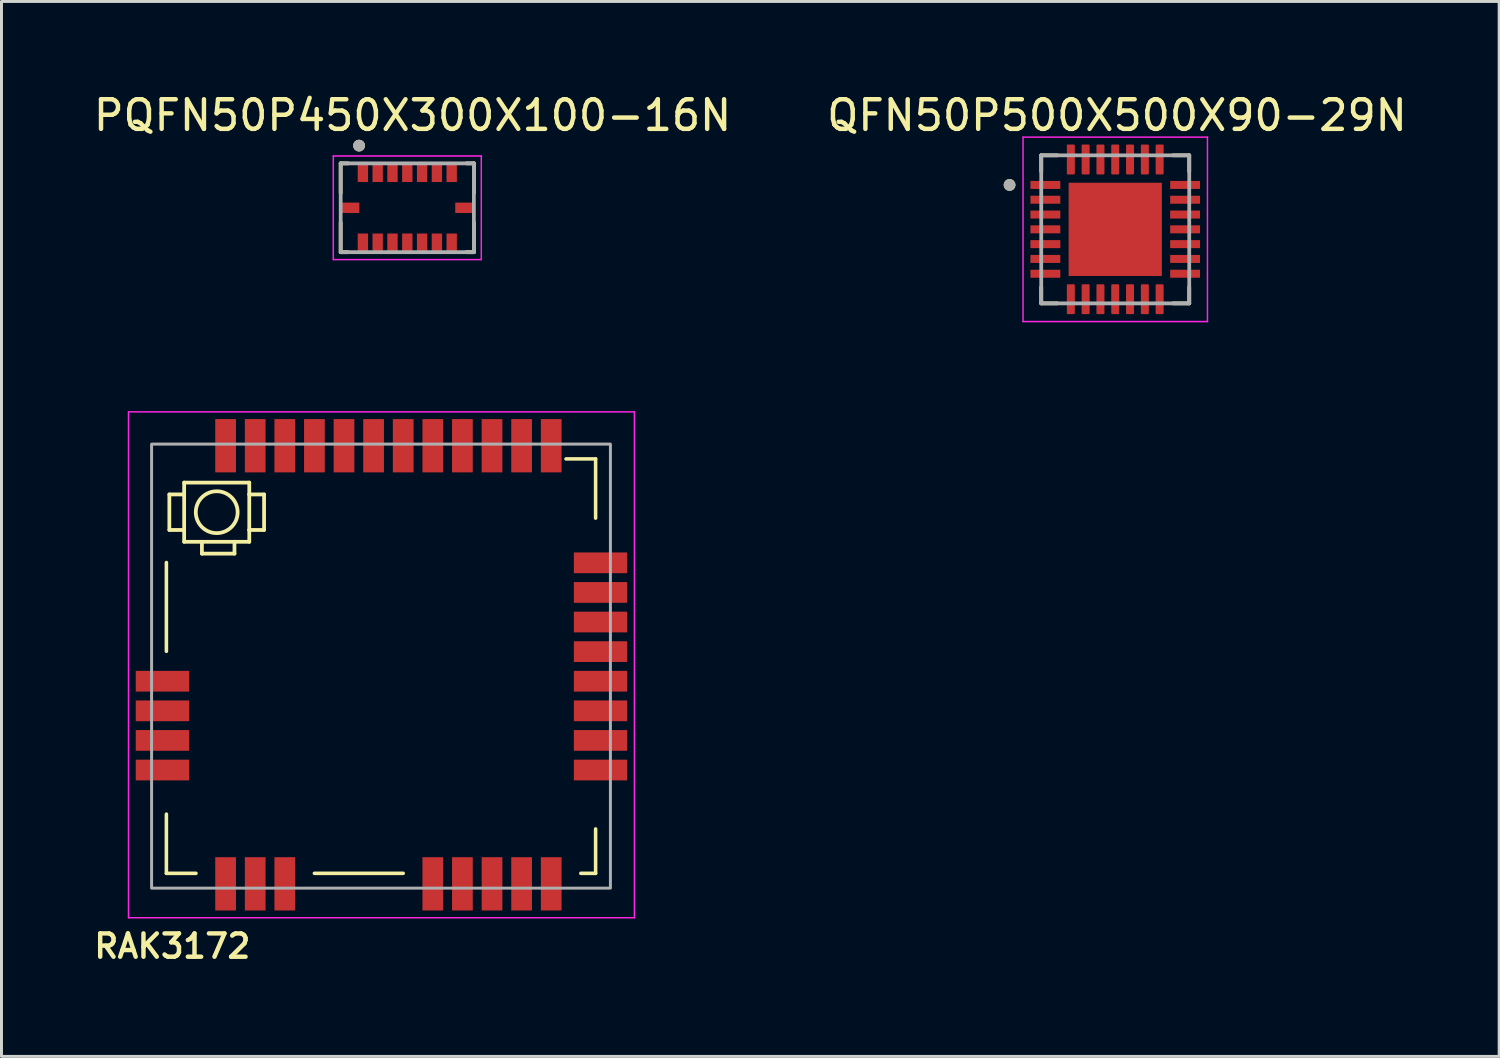
<source format=kicad_pcb>
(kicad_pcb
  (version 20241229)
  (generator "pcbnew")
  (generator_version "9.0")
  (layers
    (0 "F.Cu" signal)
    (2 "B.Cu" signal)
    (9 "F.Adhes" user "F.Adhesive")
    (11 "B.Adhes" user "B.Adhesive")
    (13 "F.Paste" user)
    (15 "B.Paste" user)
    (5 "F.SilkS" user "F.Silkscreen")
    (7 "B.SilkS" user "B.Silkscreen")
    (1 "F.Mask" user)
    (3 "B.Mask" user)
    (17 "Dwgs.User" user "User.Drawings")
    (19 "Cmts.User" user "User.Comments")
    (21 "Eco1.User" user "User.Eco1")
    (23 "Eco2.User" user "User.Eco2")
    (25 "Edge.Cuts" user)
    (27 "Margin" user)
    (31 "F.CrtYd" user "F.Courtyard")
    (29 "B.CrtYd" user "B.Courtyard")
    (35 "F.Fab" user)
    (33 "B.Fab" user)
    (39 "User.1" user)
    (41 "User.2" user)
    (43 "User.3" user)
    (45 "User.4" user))
  (footprint "QFN50P500X500X90-29N"
    (layer "F.Cu")
    (at 34.625 4.698)
    (property "Reference" "QFN50P500X500X90-29N" (at 0.06 -3.85 0) (layer "F.SilkS") (effects (font (size 1 1) (thickness 0.15))))
    (attr through_hole)
    (fp_line (start -2.5 -2.5) (end -2.5 -1.955) (stroke (width 0.127) (type solid)) (layer "F.SilkS"))
    (fp_line (start -2.5 -2.5) (end -1.955 -2.5) (stroke (width 0.127) (type solid)) (layer "F.SilkS"))
    (fp_line (start -2.5 2.5) (end -2.5 1.955) (stroke (width 0.127) (type solid)) (layer "F.SilkS"))
    (fp_line (start -2.5 2.5) (end -1.955 2.5) (stroke (width 0.127) (type solid)) (layer "F.SilkS"))
    (fp_line (start 2.5 -2.5) (end 1.955 -2.5) (stroke (width 0.127) (type solid)) (layer "F.SilkS"))
    (fp_line (start 2.5 -2.5) (end 2.5 -1.955) (stroke (width 0.127) (type solid)) (layer "F.SilkS"))
    (fp_line (start 2.5 2.5) (end 1.955 2.5) (stroke (width 0.127) (type solid)) (layer "F.SilkS"))
    (fp_line (start 2.5 2.5) (end 2.5 1.955) (stroke (width 0.127) (type solid)) (layer "F.SilkS"))
    (fp_circle (center -3.57 -1.5) (end -3.47 -1.5) (stroke (width 0.2) (type solid)) (fill no) (layer "F.SilkS"))
    (fp_poly (pts (xy -1 -1) (xy 1 -1) (xy 1 1) (xy -1 1)) (stroke (width 0.01) (type solid)) (fill yes) (layer "F.Paste"))
    (fp_line (start -3.115 -3.115) (end 3.115 -3.115) (stroke (width 0.05) (type solid)) (layer "F.CrtYd"))
    (fp_line (start -3.115 3.115) (end -3.115 -3.115) (stroke (width 0.05) (type solid)) (layer "F.CrtYd"))
    (fp_line (start -3.115 3.115) (end 3.115 3.115) (stroke (width 0.05) (type solid)) (layer "F.CrtYd"))
    (fp_line (start 3.115 3.115) (end 3.115 -3.115) (stroke (width 0.05) (type solid)) (layer "F.CrtYd"))
    (fp_line (start -2.5 2.5) (end -2.5 -2.5) (stroke (width 0.127) (type solid)) (layer "F.Fab"))
    (fp_line (start 2.5 -2.5) (end -2.5 -2.5) (stroke (width 0.127) (type solid)) (layer "F.Fab"))
    (fp_line (start 2.5 2.5) (end -2.5 2.5) (stroke (width 0.127) (type solid)) (layer "F.Fab"))
    (fp_line (start 2.5 2.5) (end 2.5 -2.5) (stroke (width 0.127) (type solid)) (layer "F.Fab"))
    (fp_circle (center -3.57 -1.5) (end -3.47 -1.5) (stroke (width 0.2) (type solid)) (fill no) (layer "F.Fab"))
    (pad "1" smd roundrect (at -2.36 -1.5) (size 1.01 0.27) (layers "F.Cu" "F.Mask" "F.Paste") (roundrect_rratio 0.03))
    (pad "2" smd roundrect (at -2.36 -1) (size 1.01 0.27) (layers "F.Cu" "F.Mask" "F.Paste") (roundrect_rratio 0.03))
    (pad "3" smd roundrect (at -2.36 -0.5) (size 1.01 0.27) (layers "F.Cu" "F.Mask" "F.Paste") (roundrect_rratio 0.03))
    (pad "4" smd roundrect (at -2.36 0) (size 1.01 0.27) (layers "F.Cu" "F.Mask" "F.Paste") (roundrect_rratio 0.03))
    (pad "5" smd roundrect (at -2.36 0.5) (size 1.01 0.27) (layers "F.Cu" "F.Mask" "F.Paste") (roundrect_rratio 0.03))
    (pad "6" smd roundrect (at -2.36 1) (size 1.01 0.27) (layers "F.Cu" "F.Mask" "F.Paste") (roundrect_rratio 0.03))
    (pad "7" smd roundrect (at -2.36 1.5) (size 1.01 0.27) (layers "F.Cu" "F.Mask" "F.Paste") (roundrect_rratio 0.03))
    (pad "8" smd roundrect (at -1.5 2.36) (size 0.27 1.01) (layers "F.Cu" "F.Mask" "F.Paste") (roundrect_rratio 0.13))
    (pad "9" smd roundrect (at -1 2.36) (size 0.27 1.01) (layers "F.Cu" "F.Mask" "F.Paste") (roundrect_rratio 0.13))
    (pad "10" smd roundrect (at -0.5 2.36) (size 0.27 1.01) (layers "F.Cu" "F.Mask" "F.Paste") (roundrect_rratio 0.13))
    (pad "11" smd roundrect (at 0 2.36) (size 0.27 1.01) (layers "F.Cu" "F.Mask" "F.Paste") (roundrect_rratio 0.13))
    (pad "12" smd roundrect (at 0.5 2.36) (size 0.27 1.01) (layers "F.Cu" "F.Mask" "F.Paste") (roundrect_rratio 0.13))
    (pad "13" smd roundrect (at 1 2.36) (size 0.27 1.01) (layers "F.Cu" "F.Mask" "F.Paste") (roundrect_rratio 0.13))
    (pad "14" smd roundrect (at 1.5 2.36) (size 0.27 1.01) (layers "F.Cu" "F.Mask" "F.Paste") (roundrect_rratio 0.13))
    (pad "15" smd roundrect (at 2.36 1.5) (size 1.01 0.27) (layers "F.Cu" "F.Mask" "F.Paste") (roundrect_rratio 0.03))
    (pad "16" smd roundrect (at 2.36 1) (size 1.01 0.27) (layers "F.Cu" "F.Mask" "F.Paste") (roundrect_rratio 0.03))
    (pad "17" smd roundrect (at 2.36 0.5) (size 1.01 0.27) (layers "F.Cu" "F.Mask" "F.Paste") (roundrect_rratio 0.03))
    (pad "18" smd roundrect (at 2.36 0) (size 1.01 0.27) (layers "F.Cu" "F.Mask" "F.Paste") (roundrect_rratio 0.03))
    (pad "19" smd roundrect (at 2.36 -0.5) (size 1.01 0.27) (layers "F.Cu" "F.Mask" "F.Paste") (roundrect_rratio 0.03))
    (pad "20" smd roundrect (at 2.36 -1) (size 1.01 0.27) (layers "F.Cu" "F.Mask" "F.Paste") (roundrect_rratio 0.03))
    (pad "21" smd roundrect (at 2.36 -1.5) (size 1.01 0.27) (layers "F.Cu" "F.Mask" "F.Paste") (roundrect_rratio 0.03))
    (pad "22" smd roundrect (at 1.5 -2.36) (size 0.27 1.01) (layers "F.Cu" "F.Mask" "F.Paste") (roundrect_rratio 0.13))
    (pad "23" smd roundrect (at 1 -2.36) (size 0.27 1.01) (layers "F.Cu" "F.Mask" "F.Paste") (roundrect_rratio 0.13))
    (pad "24" smd roundrect (at 0.5 -2.36) (size 0.27 1.01) (layers "F.Cu" "F.Mask" "F.Paste") (roundrect_rratio 0.13))
    (pad "25" smd roundrect (at 0 -2.36) (size 0.27 1.01) (layers "F.Cu" "F.Mask" "F.Paste") (roundrect_rratio 0.13))
    (pad "26" smd roundrect (at -0.5 -2.36) (size 0.27 1.01) (layers "F.Cu" "F.Mask" "F.Paste") (roundrect_rratio 0.13))
    (pad "27" smd roundrect (at -1 -2.36) (size 0.27 1.01) (layers "F.Cu" "F.Mask" "F.Paste") (roundrect_rratio 0.13))
    (pad "28" smd roundrect (at -1.5 -2.36) (size 0.27 1.01) (layers "F.Cu" "F.Mask" "F.Paste") (roundrect_rratio 0.13))
    (pad "29" smd rect (at 0 0) (size 3.15 3.15) (layers "F.Cu" "F.Mask")))
  (footprint "RAK3172"
    (layer "F.Cu")
    (at 9.841 19.413)
    (property "Reference" "RAK3172" (at -7.07 9.5 0) (layer "F.SilkS") (effects (font (size 0.787 0.787) (thickness 0.15))))
    (attr smd)
    (fp_line (start -7.27 -3.46) (end -7.27 -0.46) (stroke (width 0.12) (type solid)) (layer "F.SilkS"))
    (fp_line (start -7.27 5.04) (end -7.27 7.04) (stroke (width 0.12) (type solid)) (layer "F.SilkS"))
    (fp_line (start -7.27 7.04) (end -6.27 7.04) (stroke (width 0.12) (type solid)) (layer "F.SilkS"))
    (fp_line (start -7.17 -5.76) (end -6.67 -5.76) (stroke (width 0.127) (type solid)) (layer "F.SilkS"))
    (fp_line (start -7.17 -4.56) (end -7.17 -5.76) (stroke (width 0.127) (type solid)) (layer "F.SilkS"))
    (fp_line (start -6.67 -6.16) (end -4.47 -6.16) (stroke (width 0.127) (type solid)) (layer "F.SilkS"))
    (fp_line (start -6.67 -5.76) (end -6.67 -6.16) (stroke (width 0.127) (type solid)) (layer "F.SilkS"))
    (fp_line (start -6.67 -4.56) (end -7.17 -4.56) (stroke (width 0.127) (type solid)) (layer "F.SilkS"))
    (fp_line (start -6.67 -4.56) (end -6.67 -5.76) (stroke (width 0.127) (type solid)) (layer "F.SilkS"))
    (fp_line (start -6.67 -4.16) (end -6.67 -4.56) (stroke (width 0.127) (type solid)) (layer "F.SilkS"))
    (fp_line (start -6.07 -4.16) (end -6.67 -4.16) (stroke (width 0.127) (type solid)) (layer "F.SilkS"))
    (fp_line (start -6.07 -3.76) (end -6.07 -4.16) (stroke (width 0.127) (type solid)) (layer "F.SilkS"))
    (fp_line (start -6.07 -3.76) (end -4.97 -3.76) (stroke (width 0.127) (type solid)) (layer "F.SilkS"))
    (fp_line (start -4.97 -4.16) (end -6.07 -4.16) (stroke (width 0.127) (type solid)) (layer "F.SilkS"))
    (fp_line (start -4.97 -3.76) (end -4.97 -4.16) (stroke (width 0.127) (type solid)) (layer "F.SilkS"))
    (fp_line (start -4.47 -6.16) (end -4.47 -5.76) (stroke (width 0.127) (type solid)) (layer "F.SilkS"))
    (fp_line (start -4.47 -5.76) (end -4.47 -4.56) (stroke (width 0.127) (type solid)) (layer "F.SilkS"))
    (fp_line (start -4.47 -4.56) (end -4.47 -4.16) (stroke (width 0.127) (type solid)) (layer "F.SilkS"))
    (fp_line (start -4.47 -4.16) (end -4.97 -4.16) (stroke (width 0.127) (type solid)) (layer "F.SilkS"))
    (fp_line (start -3.97 -5.76) (end -4.47 -5.76) (stroke (width 0.127) (type solid)) (layer "F.SilkS"))
    (fp_line (start -3.97 -5.76) (end -3.97 -4.56) (stroke (width 0.127) (type solid)) (layer "F.SilkS"))
    (fp_line (start -3.97 -4.56) (end -4.47 -4.56) (stroke (width 0.127) (type solid)) (layer "F.SilkS"))
    (fp_line (start -2.27 7.04) (end 0.73 7.04) (stroke (width 0.12) (type solid)) (layer "F.SilkS"))
    (fp_line (start 6.23 -6.96) (end 7.23 -6.96) (stroke (width 0.12) (type solid)) (layer "F.SilkS"))
    (fp_line (start 6.73 7.04) (end 7.23 7.04) (stroke (width 0.12) (type solid)) (layer "F.SilkS"))
    (fp_line (start 7.23 -6.96) (end 7.23 -4.96) (stroke (width 0.12) (type solid)) (layer "F.SilkS"))
    (fp_line (start 7.23 7.04) (end 7.23 5.54) (stroke (width 0.12) (type solid)) (layer "F.SilkS"))
    (fp_circle (center -5.57 -5.16) (end -4.863 -5.16) (stroke (width 0.127) (type solid)) (fill no) (layer "F.SilkS"))
    (fp_line (start -8.55 -8.55) (end -8.55 8.54) (stroke (width 0.05) (type solid)) (layer "F.CrtYd"))
    (fp_line (start 8.54 -8.55) (end -8.55 -8.55) (stroke (width 0.05) (type solid)) (layer "F.CrtYd"))
    (fp_line (start 8.54 -8.55) (end 8.54 8.54) (stroke (width 0.05) (type solid)) (layer "F.CrtYd"))
    (fp_line (start 8.54 8.54) (end -8.55 8.54) (stroke (width 0.05) (type solid)) (layer "F.CrtYd"))
    (fp_rect (start -7.77 -7.46) (end 7.73 7.54) (stroke (width 0.1) (type solid)) (fill no) (layer "F.Fab"))
    (pad "1" smd rect (at 5.73 -7.405 90) (size 1.8 0.7) (layers "F.Cu" "F.Mask" "F.Paste"))
    (pad "2" smd rect (at 4.73 -7.405 90) (size 1.8 0.7) (layers "F.Cu" "F.Mask" "F.Paste"))
    (pad "3" smd rect (at 3.73 -7.405 90) (size 1.8 0.7) (layers "F.Cu" "F.Mask" "F.Paste"))
    (pad "4" smd rect (at 2.73 -7.405 90) (size 1.8 0.7) (layers "F.Cu" "F.Mask" "F.Paste"))
    (pad "5" smd rect (at 1.73 -7.405 90) (size 1.8 0.7) (layers "F.Cu" "F.Mask" "F.Paste"))
    (pad "6" smd rect (at 0.73 -7.405 90) (size 1.8 0.7) (layers "F.Cu" "F.Mask" "F.Paste"))
    (pad "7" smd rect (at -0.27 -7.405 90) (size 1.8 0.7) (layers "F.Cu" "F.Mask" "F.Paste"))
    (pad "8" smd rect (at -1.27 -7.405 90) (size 1.8 0.7) (layers "F.Cu" "F.Mask" "F.Paste"))
    (pad "9" smd rect (at -2.27 -7.405 90) (size 1.8 0.7) (layers "F.Cu" "F.Mask" "F.Paste"))
    (pad "10" smd rect (at -3.27 -7.405 90) (size 1.8 0.7) (layers "F.Cu" "F.Mask" "F.Paste"))
    (pad "11" smd rect (at -4.27 -7.405 90) (size 1.8 0.7) (layers "F.Cu" "F.Mask" "F.Paste"))
    (pad "12" smd rect (at -5.27 -7.405 90) (size 1.8 0.7) (layers "F.Cu" "F.Mask" "F.Paste"))
    (pad "13" smd rect (at -7.405 0.55 180) (size 1.8 0.7) (layers "F.Cu" "F.Mask" "F.Paste"))
    (pad "14" smd rect (at -7.405 1.55 180) (size 1.8 0.7) (layers "F.Cu" "F.Mask" "F.Paste"))
    (pad "15" smd rect (at -7.405 2.55 180) (size 1.8 0.7) (layers "F.Cu" "F.Mask" "F.Paste"))
    (pad "16" smd rect (at -7.405 3.55 180) (size 1.8 0.7) (layers "F.Cu" "F.Mask" "F.Paste"))
    (pad "17" smd rect (at -5.27 7.395 90) (size 1.8 0.7) (layers "F.Cu" "F.Mask" "F.Paste"))
    (pad "18" smd rect (at -4.27 7.395 90) (size 1.8 0.7) (layers "F.Cu" "F.Mask" "F.Paste"))
    (pad "19" smd rect (at -3.27 7.395 90) (size 1.8 0.7) (layers "F.Cu" "F.Mask" "F.Paste"))
    (pad "20" smd rect (at 1.73 7.395 90) (size 1.8 0.7) (layers "F.Cu" "F.Mask" "F.Paste"))
    (pad "21" smd rect (at 2.73 7.395 90) (size 1.8 0.7) (layers "F.Cu" "F.Mask" "F.Paste"))
    (pad "22" smd rect (at 3.73 7.395 90) (size 1.8 0.7) (layers "F.Cu" "F.Mask" "F.Paste"))
    (pad "23" smd rect (at 4.73 7.395 90) (size 1.8 0.7) (layers "F.Cu" "F.Mask" "F.Paste"))
    (pad "24" smd rect (at 5.73 7.395 90) (size 1.8 0.7) (layers "F.Cu" "F.Mask" "F.Paste"))
    (pad "25" smd rect (at 7.395 3.55 180) (size 1.8 0.7) (layers "F.Cu" "F.Mask" "F.Paste"))
    (pad "26" smd rect (at 7.395 2.55 180) (size 1.8 0.7) (layers "F.Cu" "F.Mask" "F.Paste"))
    (pad "27" smd rect (at 7.395 1.55 180) (size 1.8 0.7) (layers "F.Cu" "F.Mask" "F.Paste"))
    (pad "28" smd rect (at 7.395 0.55 180) (size 1.8 0.7) (layers "F.Cu" "F.Mask" "F.Paste"))
    (pad "29" smd rect (at 7.395 -0.45 180) (size 1.8 0.7) (layers "F.Cu" "F.Mask" "F.Paste"))
    (pad "30" smd rect (at 7.395 -1.45 180) (size 1.8 0.7) (layers "F.Cu" "F.Mask" "F.Paste"))
    (pad "31" smd rect (at 7.395 -2.45 180) (size 1.8 0.7) (layers "F.Cu" "F.Mask" "F.Paste"))
    (pad "32" smd rect (at 7.395 -3.45 180) (size 1.8 0.7) (layers "F.Cu" "F.Mask" "F.Paste")))
  (footprint "PQFN50P450X300X100-16N"
    (layer "F.Cu")
    (at 10.709 3.969)
    (property "Reference" "PQFN50P450X300X100-16N" (at 0.178 -3.121 0) (layer "F.SilkS") (effects (font (size 1 1) (thickness 0.15))))
    (attr through_hole)
    (fp_line (start -2.25 -1.5) (end -2 -1.5) (stroke (width 0.127) (type solid)) (layer "F.SilkS"))
    (fp_line (start -2.25 -0.5) (end -2.25 -1.5) (stroke (width 0.127) (type solid)) (layer "F.SilkS"))
    (fp_line (start -2.25 1.5) (end -2.25 0.5) (stroke (width 0.127) (type solid)) (layer "F.SilkS"))
    (fp_line (start -2 1.5) (end -2.25 1.5) (stroke (width 0.127) (type solid)) (layer "F.SilkS"))
    (fp_line (start 2.25 -1.5) (end 2 -1.5) (stroke (width 0.127) (type solid)) (layer "F.SilkS"))
    (fp_line (start 2.25 -0.5) (end 2.25 -1.5) (stroke (width 0.127) (type solid)) (layer "F.SilkS"))
    (fp_line (start 2.25 0.5) (end 2.25 1.5) (stroke (width 0.127) (type solid)) (layer "F.SilkS"))
    (fp_line (start 2.25 1.5) (end 2 1.5) (stroke (width 0.127) (type solid)) (layer "F.SilkS"))
    (fp_circle (center -1.629 -2.1) (end -1.529 -2.1) (stroke (width 0.2) (type solid)) (fill no) (layer "F.SilkS"))
    (fp_line (start -2.5 -1.75) (end 2.5 -1.75) (stroke (width 0.05) (type solid)) (layer "F.CrtYd"))
    (fp_line (start -2.5 1.75) (end -2.5 -1.75) (stroke (width 0.05) (type solid)) (layer "F.CrtYd"))
    (fp_line (start 2.5 -1.75) (end 2.5 1.75) (stroke (width 0.05) (type solid)) (layer "F.CrtYd"))
    (fp_line (start 2.5 1.75) (end -2.5 1.75) (stroke (width 0.05) (type solid)) (layer "F.CrtYd"))
    (fp_line (start -2.25 -1.5) (end 2.25 -1.5) (stroke (width 0.127) (type solid)) (layer "F.Fab"))
    (fp_line (start -2.25 1.5) (end -2.25 -1.5) (stroke (width 0.127) (type solid)) (layer "F.Fab"))
    (fp_line (start 2.25 -1.5) (end 2.25 1.5) (stroke (width 0.127) (type solid)) (layer "F.Fab"))
    (fp_line (start 2.25 1.5) (end -2.25 1.5) (stroke (width 0.127) (type solid)) (layer "F.Fab"))
    (fp_circle (center -1.629 -2.1) (end -1.529 -2.1) (stroke (width 0.2) (type solid)) (fill no) (layer "F.Fab"))
    (pad "1" smd rect (at -1.5 -1.165 270) (size 0.59 0.35) (layers "F.Cu" "F.Mask" "F.Paste"))
    (pad "2" smd rect (at -1 -1.165 270) (size 0.59 0.35) (layers "F.Cu" "F.Mask" "F.Paste"))
    (pad "3" smd rect (at -0.5 -1.165 270) (size 0.59 0.35) (layers "F.Cu" "F.Mask" "F.Paste"))
    (pad "4" smd rect (at 0 -1.165 270) (size 0.59 0.35) (layers "F.Cu" "F.Mask" "F.Paste"))
    (pad "5" smd rect (at 0.5 -1.165 270) (size 0.59 0.35) (layers "F.Cu" "F.Mask" "F.Paste"))
    (pad "6" smd rect (at 1 -1.165 270) (size 0.59 0.35) (layers "F.Cu" "F.Mask" "F.Paste"))
    (pad "7" smd rect (at 1.5 -1.165 270) (size 0.59 0.35) (layers "F.Cu" "F.Mask" "F.Paste"))
    (pad "8" smd rect (at 1.915 0 180) (size 0.59 0.35) (layers "F.Cu" "F.Mask" "F.Paste"))
    (pad "9" smd rect (at 1.5 1.165 90) (size 0.59 0.35) (layers "F.Cu" "F.Mask" "F.Paste"))
    (pad "10" smd rect (at 1 1.165 90) (size 0.59 0.35) (layers "F.Cu" "F.Mask" "F.Paste"))
    (pad "11" smd rect (at 0.5 1.165 90) (size 0.59 0.35) (layers "F.Cu" "F.Mask" "F.Paste"))
    (pad "12" smd rect (at 0 1.165 90) (size 0.59 0.35) (layers "F.Cu" "F.Mask" "F.Paste"))
    (pad "13" smd rect (at -0.5 1.165 90) (size 0.59 0.35) (layers "F.Cu" "F.Mask" "F.Paste"))
    (pad "14" smd rect (at -1 1.165 90) (size 0.59 0.35) (layers "F.Cu" "F.Mask" "F.Paste"))
    (pad "15" smd rect (at -1.5 1.165 90) (size 0.59 0.35) (layers "F.Cu" "F.Mask" "F.Paste"))
    (pad "16" smd rect (at -1.915 0) (size 0.59 0.35) (layers "F.Cu" "F.Mask" "F.Paste")))
  (gr_rect
    (start -3 -3)
    (end 47.595 32.637)
    (stroke (width 0.1) (type default))
    (fill no)
    (layer "Edge.Cuts")))
</source>
